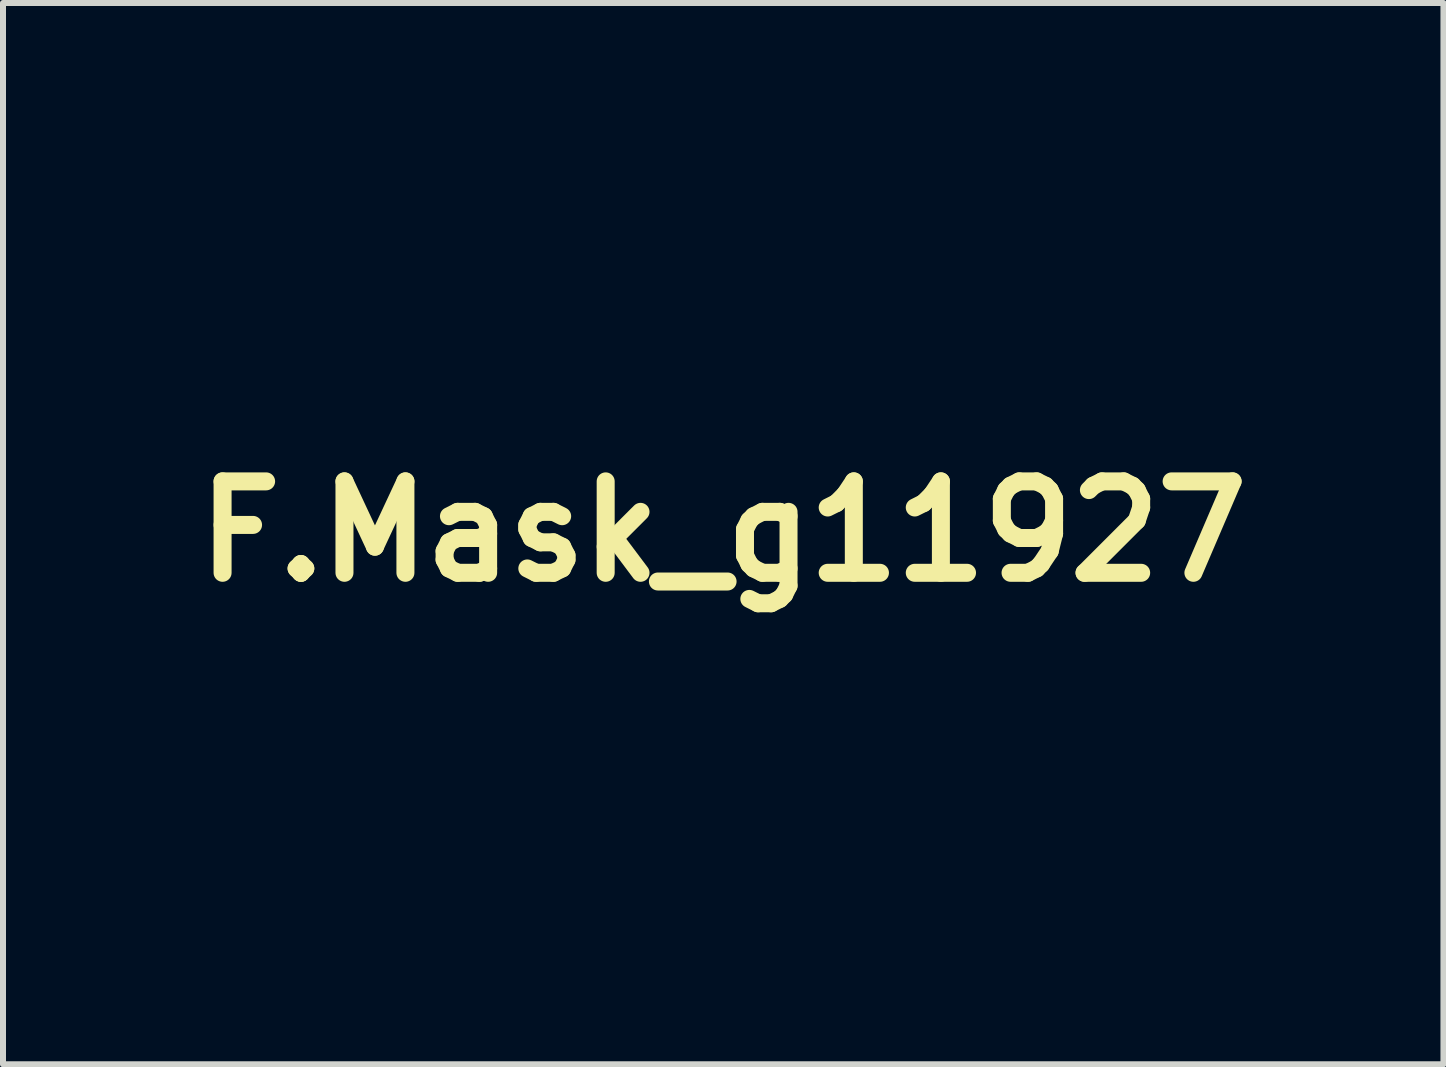
<source format=kicad_pcb>
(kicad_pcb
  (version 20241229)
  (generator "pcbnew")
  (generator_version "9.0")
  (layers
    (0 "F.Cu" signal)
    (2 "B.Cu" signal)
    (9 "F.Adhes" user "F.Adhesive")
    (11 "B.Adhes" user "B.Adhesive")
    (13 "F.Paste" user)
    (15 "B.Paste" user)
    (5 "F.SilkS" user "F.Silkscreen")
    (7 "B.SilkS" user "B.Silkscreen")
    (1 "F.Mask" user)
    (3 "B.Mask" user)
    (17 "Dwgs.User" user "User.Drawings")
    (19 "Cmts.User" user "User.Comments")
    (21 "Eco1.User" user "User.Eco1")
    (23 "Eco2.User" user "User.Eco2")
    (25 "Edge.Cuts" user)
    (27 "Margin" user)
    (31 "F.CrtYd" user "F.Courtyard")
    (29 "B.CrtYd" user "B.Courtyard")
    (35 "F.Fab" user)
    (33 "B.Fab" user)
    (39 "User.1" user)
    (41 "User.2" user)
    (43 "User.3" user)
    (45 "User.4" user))
  (footprint "F.Mask_g11927"
    (layer "F.Cu")
    (at 9.006 5.809)
    (property "Reference" "F.Mask_g11927" (at 0 0 0) (layer "F.SilkS") (effects (font (size 1.524 1.524) (thickness 0.3))))
    (attr through_hole)
    (fp_poly (pts (xy -0.809 1.679) (xy -0.806 1.682) (xy -0.789 1.697) (xy -0.792 1.708) (xy -0.806 1.72) (xy -0.833 1.737) (xy -0.847 1.733) (xy -0.851 1.708) (xy -0.851 1.702) (xy -0.847 1.672) (xy -0.835 1.665) (xy -0.809 1.679)) (stroke (width 0.01) (type solid)) (fill yes) (layer "F.Mask"))
    (fp_poly (pts (xy -4.215 3.154) (xy -4.119 3.178) (xy -4.029 3.222) (xy -3.958 3.276) (xy -3.913 3.331) (xy -3.872 3.406) (xy -3.838 3.495) (xy -3.812 3.595) (xy -3.807 3.62) (xy -3.801 3.666) (xy -3.799 3.705) (xy -3.804 3.745) (xy -3.815 3.797) (xy -3.82 3.815) (xy -3.847 3.904) (xy -3.883 3.972) (xy -3.931 4.024) (xy -3.995 4.065) (xy -4.056 4.09) (xy -4.124 4.106) (xy -4.206 4.113) (xy -4.29 4.112) (xy -4.367 4.101) (xy -4.381 4.097) (xy -4.485 4.057) (xy -4.572 3.999) (xy -4.641 3.924) (xy -4.682 3.854) (xy -4.712 3.76) (xy -4.719 3.685) (xy -4.33 3.685) (xy -4.327 3.733) (xy -4.326 3.738) (xy -4.307 3.777) (xy -4.278 3.802) (xy -4.244 3.811) (xy -4.213 3.799) (xy -4.203 3.79) (xy -4.193 3.764) (xy -4.188 3.721) (xy -4.186 3.667) (xy -4.189 3.61) (xy -4.196 3.558) (xy -4.207 3.517) (xy -4.208 3.514) (xy -4.229 3.479) (xy -4.251 3.47) (xy -4.275 3.486) (xy -4.297 3.521) (xy -4.313 3.568) (xy -4.325 3.627) (xy -4.33 3.685) (xy -4.719 3.685) (xy -4.721 3.657) (xy -4.712 3.552) (xy -4.684 3.448) (xy -4.639 3.353) (xy -4.579 3.271) (xy -4.564 3.257) (xy -4.49 3.201) (xy -4.404 3.166) (xy -4.311 3.15) (xy -4.215 3.154)) (stroke (width 0.01) (type solid)) (fill yes) (layer "F.Mask"))
    (fp_poly (pts (xy 0.908 3.161) (xy 0.958 3.176) (xy 1.044 3.214) (xy 1.109 3.26) (xy 1.16 3.316) (xy 1.194 3.373) (xy 1.24 3.481) (xy 1.269 3.586) (xy 1.28 3.683) (xy 1.279 3.725) (xy 1.262 3.831) (xy 1.231 3.918) (xy 1.184 3.988) (xy 1.12 4.044) (xy 1.069 4.073) (xy 1.03 4.09) (xy 0.992 4.101) (xy 0.948 4.107) (xy 0.889 4.11) (xy 0.877 4.111) (xy 0.818 4.111) (xy 0.762 4.108) (xy 0.72 4.104) (xy 0.708 4.102) (xy 0.628 4.072) (xy 0.55 4.025) (xy 0.481 3.966) (xy 0.426 3.901) (xy 0.4 3.853) (xy 0.369 3.748) (xy 0.364 3.666) (xy 0.756 3.666) (xy 0.76 3.732) (xy 0.775 3.777) (xy 0.801 3.802) (xy 0.839 3.81) (xy 0.839 3.81) (xy 0.864 3.806) (xy 0.88 3.788) (xy 0.89 3.763) (xy 0.898 3.719) (xy 0.899 3.66) (xy 0.895 3.598) (xy 0.885 3.542) (xy 0.874 3.509) (xy 0.852 3.479) (xy 0.829 3.472) (xy 0.807 3.485) (xy 0.786 3.516) (xy 0.77 3.561) (xy 0.759 3.619) (xy 0.756 3.666) (xy 0.364 3.666) (xy 0.362 3.637) (xy 0.379 3.522) (xy 0.419 3.407) (xy 0.422 3.4) (xy 0.467 3.323) (xy 0.526 3.255) (xy 0.592 3.201) (xy 0.656 3.17) (xy 0.734 3.153) (xy 0.822 3.151) (xy 0.908 3.161)) (stroke (width 0.01) (type solid)) (fill yes) (layer "F.Mask"))
    (fp_poly (pts (xy -2.982 4.627) (xy -2.904 4.642) (xy -2.806 4.675) (xy -2.716 4.721) (xy -2.637 4.776) (xy -2.575 4.837) (xy -2.54 4.89) (xy -2.497 4.986) (xy -2.461 5.086) (xy -2.435 5.186) (xy -2.42 5.278) (xy -2.417 5.357) (xy -2.419 5.375) (xy -2.432 5.451) (xy -2.452 5.529) (xy -2.478 5.602) (xy -2.507 5.661) (xy -2.528 5.693) (xy -2.604 5.765) (xy -2.697 5.819) (xy -2.804 5.854) (xy -2.926 5.87) (xy -3.056 5.866) (xy -3.183 5.843) (xy -3.294 5.8) (xy -3.39 5.739) (xy -3.47 5.663) (xy -3.532 5.573) (xy -3.575 5.472) (xy -3.599 5.361) (xy -3.601 5.276) (xy -3.096 5.276) (xy -3.096 5.348) (xy -3.084 5.408) (xy -3.081 5.416) (xy -3.055 5.457) (xy -3.021 5.481) (xy -2.985 5.486) (xy -2.952 5.47) (xy -2.939 5.455) (xy -2.922 5.413) (xy -2.913 5.354) (xy -2.911 5.285) (xy -2.917 5.213) (xy -2.928 5.145) (xy -2.947 5.088) (xy -2.949 5.082) (xy -2.973 5.053) (xy -3.002 5.045) (xy -3.03 5.06) (xy -3.039 5.071) (xy -3.067 5.129) (xy -3.086 5.2) (xy -3.096 5.276) (xy -3.601 5.276) (xy -3.602 5.242) (xy -3.584 5.117) (xy -3.543 4.988) (xy -3.524 4.944) (xy -3.465 4.843) (xy -3.389 4.759) (xy -3.3 4.694) (xy -3.201 4.649) (xy -3.094 4.627) (xy -2.982 4.627)) (stroke (width 0.01) (type solid)) (fill yes) (layer "F.Mask"))
    (fp_poly (pts (xy -0.446 4.637) (xy -0.328 4.673) (xy -0.212 4.735) (xy -0.195 4.745) (xy -0.139 4.79) (xy -0.092 4.844) (xy -0.051 4.913) (xy -0.014 5.001) (xy 0.006 5.058) (xy 0.04 5.175) (xy 0.058 5.28) (xy 0.059 5.378) (xy 0.044 5.475) (xy 0.013 5.578) (xy 0.01 5.586) (xy -0.036 5.673) (xy -0.101 5.746) (xy -0.183 5.803) (xy -0.282 5.843) (xy -0.394 5.866) (xy -0.519 5.871) (xy -0.58 5.867) (xy -0.707 5.843) (xy -0.819 5.798) (xy -0.917 5.736) (xy -0.997 5.657) (xy -1.059 5.563) (xy -1.101 5.456) (xy -1.122 5.339) (xy -1.121 5.306) (xy -0.616 5.306) (xy -0.612 5.366) (xy -0.603 5.414) (xy -0.593 5.438) (xy -0.559 5.472) (xy -0.52 5.485) (xy -0.482 5.476) (xy -0.462 5.46) (xy -0.451 5.444) (xy -0.444 5.422) (xy -0.44 5.39) (xy -0.438 5.34) (xy -0.438 5.298) (xy -0.442 5.207) (xy -0.452 5.136) (xy -0.468 5.083) (xy -0.488 5.052) (xy -0.512 5.041) (xy -0.539 5.054) (xy -0.568 5.09) (xy -0.592 5.138) (xy -0.606 5.184) (xy -0.614 5.243) (xy -0.616 5.306) (xy -1.121 5.306) (xy -1.12 5.212) (xy -1.117 5.186) (xy -1.089 5.056) (xy -1.044 4.939) (xy -0.984 4.839) (xy -0.91 4.756) (xy -0.823 4.693) (xy -0.79 4.677) (xy -0.678 4.638) (xy -0.562 4.625) (xy -0.446 4.637)) (stroke (width 0.01) (type solid)) (fill yes) (layer "F.Mask"))
    (fp_poly (pts (xy 3.942 3.139) (xy 4.015 3.161) (xy 4.079 3.193) (xy 4.133 3.232) (xy 4.174 3.277) (xy 4.199 3.326) (xy 4.206 3.378) (xy 4.192 3.431) (xy 4.16 3.477) (xy 4.134 3.504) (xy 4.11 3.518) (xy 4.08 3.523) (xy 4.042 3.524) (xy 3.979 3.517) (xy 3.925 3.496) (xy 3.886 3.465) (xy 3.867 3.431) (xy 3.856 3.411) (xy 3.844 3.407) (xy 3.834 3.423) (xy 3.825 3.461) (xy 3.818 3.52) (xy 3.813 3.596) (xy 3.811 3.671) (xy 3.813 3.738) (xy 3.82 3.782) (xy 3.837 3.805) (xy 3.864 3.808) (xy 3.906 3.791) (xy 3.964 3.757) (xy 3.974 3.751) (xy 4.028 3.719) (xy 4.068 3.7) (xy 4.101 3.694) (xy 4.113 3.693) (xy 4.168 3.706) (xy 4.207 3.737) (xy 4.229 3.786) (xy 4.234 3.85) (xy 4.227 3.903) (xy 4.201 3.968) (xy 4.154 4.024) (xy 4.091 4.067) (xy 4.056 4.082) (xy 3.991 4.099) (xy 3.914 4.109) (xy 3.834 4.111) (xy 3.76 4.106) (xy 3.702 4.093) (xy 3.701 4.092) (xy 3.615 4.049) (xy 3.54 3.987) (xy 3.5 3.938) (xy 3.454 3.855) (xy 3.428 3.762) (xy 3.42 3.656) (xy 3.428 3.55) (xy 3.447 3.447) (xy 3.473 3.363) (xy 3.51 3.293) (xy 3.551 3.239) (xy 3.588 3.202) (xy 3.622 3.177) (xy 3.665 3.159) (xy 3.698 3.148) (xy 3.781 3.131) (xy 3.863 3.129) (xy 3.942 3.139)) (stroke (width 0.01) (type solid)) (fill yes) (layer "F.Mask"))
    (fp_poly (pts (xy -3.284 3.139) (xy -3.216 3.143) (xy -3.166 3.148) (xy -3.125 3.157) (xy -3.087 3.171) (xy -3.064 3.181) (xy -2.983 3.229) (xy -2.92 3.288) (xy -2.877 3.355) (xy -2.852 3.427) (xy -2.846 3.501) (xy -2.859 3.573) (xy -2.89 3.641) (xy -2.94 3.699) (xy -3.008 3.746) (xy -3.072 3.772) (xy -3.127 3.788) (xy -3.183 3.801) (xy -3.221 3.808) (xy -3.283 3.817) (xy -3.279 3.903) (xy -3.28 3.977) (xy -3.293 4.03) (xy -3.318 4.067) (xy -3.344 4.085) (xy -3.396 4.102) (xy -3.46 4.11) (xy -3.525 4.108) (xy -3.575 4.097) (xy -3.612 4.078) (xy -3.642 4.055) (xy -3.646 4.05) (xy -3.668 4.007) (xy -3.685 3.945) (xy -3.697 3.861) (xy -3.705 3.754) (xy -3.708 3.624) (xy -3.708 3.59) (xy -3.707 3.48) (xy -3.707 3.461) (xy -3.327 3.461) (xy -3.327 3.505) (xy -3.325 3.545) (xy -3.321 3.573) (xy -3.317 3.581) (xy -3.302 3.573) (xy -3.277 3.552) (xy -3.26 3.537) (xy -3.222 3.494) (xy -3.206 3.459) (xy -3.21 3.426) (xy -3.218 3.411) (xy -3.241 3.389) (xy -3.274 3.374) (xy -3.305 3.37) (xy -3.318 3.374) (xy -3.323 3.388) (xy -3.326 3.42) (xy -3.327 3.461) (xy -3.707 3.461) (xy -3.704 3.392) (xy -3.697 3.323) (xy -3.687 3.271) (xy -3.673 3.233) (xy -3.654 3.205) (xy -3.638 3.189) (xy -3.598 3.169) (xy -3.537 3.154) (xy -3.459 3.143) (xy -3.368 3.138) (xy -3.284 3.139)) (stroke (width 0.01) (type solid)) (fill yes) (layer "F.Mask"))
    (fp_poly (pts (xy 2.183 3.152) (xy 2.216 3.17) (xy 2.253 3.202) (xy 2.265 3.214) (xy 2.327 3.276) (xy 2.321 3.457) (xy 2.315 3.557) (xy 2.307 3.639) (xy 2.293 3.713) (xy 2.272 3.787) (xy 2.242 3.868) (xy 2.239 3.876) (xy 2.196 3.966) (xy 2.141 4.034) (xy 2.075 4.081) (xy 1.993 4.11) (xy 1.902 4.121) (xy 1.848 4.122) (xy 1.798 4.122) (xy 1.764 4.12) (xy 1.759 4.119) (xy 1.698 4.106) (xy 1.632 4.083) (xy 1.573 4.058) (xy 1.549 4.044) (xy 1.492 4.001) (xy 1.45 3.948) (xy 1.421 3.892) (xy 1.402 3.831) (xy 1.39 3.751) (xy 1.385 3.66) (xy 1.388 3.563) (xy 1.396 3.468) (xy 1.411 3.38) (xy 1.432 3.306) (xy 1.444 3.279) (xy 1.48 3.232) (xy 1.532 3.196) (xy 1.595 3.175) (xy 1.639 3.17) (xy 1.694 3.178) (xy 1.744 3.199) (xy 1.781 3.229) (xy 1.799 3.261) (xy 1.8 3.285) (xy 1.796 3.33) (xy 1.789 3.389) (xy 1.778 3.457) (xy 1.773 3.486) (xy 1.759 3.566) (xy 1.75 3.626) (xy 1.747 3.668) (xy 1.748 3.697) (xy 1.751 3.711) (xy 1.776 3.748) (xy 1.811 3.765) (xy 1.85 3.763) (xy 1.887 3.74) (xy 1.906 3.716) (xy 1.919 3.688) (xy 1.927 3.652) (xy 1.93 3.601) (xy 1.93 3.567) (xy 1.933 3.499) (xy 1.939 3.426) (xy 1.949 3.354) (xy 1.961 3.289) (xy 1.974 3.237) (xy 1.988 3.205) (xy 1.988 3.204) (xy 2.029 3.164) (xy 2.083 3.144) (xy 2.145 3.143) (xy 2.183 3.152)) (stroke (width 0.01) (type solid)) (fill yes) (layer "F.Mask"))
    (fp_poly (pts (xy -2.242 3.144) (xy -2.216 3.146) (xy -2.216 3.147) (xy -2.175 3.17) (xy -2.153 3.205) (xy -2.154 3.25) (xy -2.159 3.263) (xy -2.183 3.3) (xy -2.223 3.325) (xy -2.282 3.341) (xy -2.304 3.345) (xy -2.349 3.354) (xy -2.375 3.369) (xy -2.385 3.397) (xy -2.387 3.431) (xy -2.381 3.468) (xy -2.364 3.486) (xy -2.338 3.48) (xy -2.336 3.479) (xy -2.314 3.472) (xy -2.276 3.468) (xy -2.246 3.467) (xy -2.182 3.474) (xy -2.137 3.496) (xy -2.113 3.53) (xy -2.109 3.56) (xy -2.114 3.595) (xy -2.125 3.621) (xy -2.166 3.658) (xy -2.222 3.684) (xy -2.282 3.696) (xy -2.288 3.696) (xy -2.324 3.697) (xy -2.342 3.704) (xy -2.351 3.722) (xy -2.355 3.741) (xy -2.357 3.783) (xy -2.343 3.808) (xy -2.309 3.821) (xy -2.275 3.823) (xy -2.216 3.829) (xy -2.179 3.85) (xy -2.161 3.886) (xy -2.159 3.908) (xy -2.171 3.96) (xy -2.204 4.008) (xy -2.255 4.05) (xy -2.319 4.084) (xy -2.392 4.109) (xy -2.471 4.121) (xy -2.551 4.121) (xy -2.59 4.114) (xy -2.654 4.094) (xy -2.707 4.06) (xy -2.747 4.011) (xy -2.776 3.946) (xy -2.795 3.862) (xy -2.804 3.758) (xy -2.804 3.633) (xy -2.802 3.594) (xy -2.794 3.471) (xy -2.782 3.372) (xy -2.767 3.294) (xy -2.746 3.237) (xy -2.721 3.198) (xy -2.69 3.176) (xy -2.689 3.175) (xy -2.662 3.169) (xy -2.616 3.163) (xy -2.556 3.157) (xy -2.487 3.152) (xy -2.416 3.147) (xy -2.348 3.144) (xy -2.288 3.143) (xy -2.242 3.144)) (stroke (width 0.01) (type solid)) (fill yes) (layer "F.Mask"))
    (fp_poly (pts (xy -0.053 3.128) (xy 0.031 3.145) (xy 0.106 3.176) (xy 0.168 3.223) (xy 0.205 3.271) (xy 0.219 3.298) (xy 0.221 3.318) (xy 0.21 3.345) (xy 0.205 3.354) (xy 0.178 3.389) (xy 0.141 3.419) (xy 0.137 3.422) (xy 0.104 3.437) (xy 0.075 3.439) (xy 0.041 3.431) (xy 0.003 3.415) (xy -0.019 3.39) (xy -0.024 3.378) (xy -0.044 3.349) (xy -0.071 3.339) (xy -0.1 3.346) (xy -0.121 3.369) (xy -0.127 3.398) (xy -0.121 3.421) (xy -0.102 3.445) (xy -0.067 3.473) (xy -0.014 3.508) (xy 0.025 3.531) (xy 0.112 3.584) (xy 0.176 3.633) (xy 0.222 3.681) (xy 0.25 3.731) (xy 0.264 3.786) (xy 0.267 3.83) (xy 0.257 3.903) (xy 0.225 3.964) (xy 0.171 4.015) (xy 0.162 4.022) (xy 0.056 4.079) (xy -0.055 4.112) (xy -0.167 4.121) (xy -0.265 4.109) (xy -0.357 4.083) (xy -0.426 4.05) (xy -0.474 4.01) (xy -0.503 3.962) (xy -0.513 3.924) (xy -0.515 3.871) (xy -0.502 3.837) (xy -0.471 3.82) (xy -0.423 3.82) (xy -0.357 3.838) (xy -0.352 3.84) (xy -0.285 3.859) (xy -0.232 3.863) (xy -0.197 3.853) (xy -0.181 3.828) (xy -0.18 3.826) (xy -0.182 3.81) (xy -0.195 3.794) (xy -0.223 3.776) (xy -0.266 3.753) (xy -0.362 3.696) (xy -0.434 3.634) (xy -0.483 3.565) (xy -0.491 3.55) (xy -0.516 3.471) (xy -0.515 3.396) (xy -0.49 3.325) (xy -0.441 3.259) (xy -0.399 3.222) (xy -0.32 3.174) (xy -0.233 3.143) (xy -0.143 3.128) (xy -0.053 3.128)) (stroke (width 0.01) (type solid)) (fill yes) (layer "F.Mask"))
    (fp_poly (pts (xy 4.863 3.144) (xy 4.912 3.148) (xy 4.946 3.156) (xy 4.964 3.167) (xy 4.984 3.196) (xy 4.991 3.222) (xy 4.981 3.27) (xy 4.951 3.306) (xy 4.899 3.331) (xy 4.83 3.346) (xy 4.787 3.355) (xy 4.763 3.372) (xy 4.752 3.402) (xy 4.75 3.444) (xy 4.757 3.474) (xy 4.78 3.485) (xy 4.807 3.479) (xy 4.851 3.47) (xy 4.905 3.469) (xy 4.957 3.476) (xy 4.992 3.489) (xy 5.019 3.51) (xy 5.029 3.539) (xy 5.029 3.556) (xy 5.024 3.595) (xy 5.011 3.627) (xy 5.011 3.628) (xy 4.975 3.66) (xy 4.922 3.684) (xy 4.862 3.695) (xy 4.848 3.696) (xy 4.813 3.697) (xy 4.795 3.704) (xy 4.787 3.724) (xy 4.784 3.743) (xy 4.782 3.784) (xy 4.795 3.808) (xy 4.827 3.82) (xy 4.866 3.823) (xy 4.92 3.83) (xy 4.961 3.852) (xy 4.984 3.883) (xy 4.985 3.922) (xy 4.957 3.984) (xy 4.908 4.037) (xy 4.841 4.079) (xy 4.758 4.108) (xy 4.674 4.121) (xy 4.633 4.124) (xy 4.602 4.123) (xy 4.591 4.122) (xy 4.571 4.117) (xy 4.538 4.11) (xy 4.53 4.109) (xy 4.474 4.088) (xy 4.423 4.047) (xy 4.383 3.994) (xy 4.363 3.948) (xy 4.348 3.878) (xy 4.338 3.79) (xy 4.334 3.692) (xy 4.336 3.589) (xy 4.343 3.499) (xy 4.354 3.407) (xy 4.364 3.336) (xy 4.376 3.283) (xy 4.389 3.245) (xy 4.404 3.216) (xy 4.418 3.2) (xy 4.435 3.185) (xy 4.454 3.175) (xy 4.481 3.167) (xy 4.52 3.162) (xy 4.578 3.156) (xy 4.598 3.155) (xy 4.708 3.147) (xy 4.796 3.143) (xy 4.863 3.144)) (stroke (width 0.01) (type solid)) (fill yes) (layer "F.Mask"))
    (fp_poly (pts (xy -4.111 4.612) (xy -4.035 4.629) (xy -4.022 4.634) (xy -3.926 4.683) (xy -3.847 4.747) (xy -3.805 4.798) (xy -3.773 4.862) (xy -3.764 4.927) (xy -3.775 4.988) (xy -3.805 5.042) (xy -3.851 5.084) (xy -3.911 5.111) (xy -3.968 5.118) (xy -4.037 5.109) (xy -4.102 5.085) (xy -4.156 5.049) (xy -4.193 5.004) (xy -4.196 4.999) (xy -4.213 4.971) (xy -4.226 4.96) (xy -4.238 4.97) (xy -4.247 5) (xy -4.255 5.052) (xy -4.262 5.128) (xy -4.266 5.176) (xy -4.271 5.278) (xy -4.271 5.358) (xy -4.266 5.416) (xy -4.255 5.455) (xy -4.238 5.476) (xy -4.214 5.482) (xy -4.197 5.478) (xy -4.176 5.468) (xy -4.139 5.448) (xy -4.094 5.421) (xy -4.073 5.408) (xy -4.024 5.378) (xy -3.979 5.353) (xy -3.945 5.335) (xy -3.936 5.332) (xy -3.888 5.326) (xy -3.833 5.337) (xy -3.783 5.36) (xy -3.757 5.381) (xy -3.742 5.401) (xy -3.733 5.424) (xy -3.728 5.458) (xy -3.728 5.51) (xy -3.736 5.601) (xy -3.761 5.676) (xy -3.806 5.737) (xy -3.871 5.788) (xy -3.96 5.831) (xy -3.961 5.831) (xy -4.024 5.848) (xy -4.104 5.86) (xy -4.191 5.865) (xy -4.277 5.864) (xy -4.355 5.856) (xy -4.409 5.844) (xy -4.508 5.798) (xy -4.595 5.732) (xy -4.668 5.648) (xy -4.723 5.55) (xy -4.76 5.441) (xy -4.763 5.425) (xy -4.772 5.347) (xy -4.772 5.254) (xy -4.764 5.151) (xy -4.748 5.047) (xy -4.744 5.029) (xy -4.709 4.91) (xy -4.658 4.809) (xy -4.592 4.727) (xy -4.511 4.664) (xy -4.451 4.635) (xy -4.378 4.615) (xy -4.291 4.604) (xy -4.199 4.603) (xy -4.111 4.612)) (stroke (width 0.01) (type solid)) (fill yes) (layer "F.Mask"))
    (fp_poly (pts (xy 3.029 3.148) (xy 3.101 3.164) (xy 3.127 3.175) (xy 3.187 3.211) (xy 3.231 3.258) (xy 3.266 3.324) (xy 3.276 3.347) (xy 3.298 3.435) (xy 3.297 3.515) (xy 3.272 3.588) (xy 3.224 3.65) (xy 3.202 3.669) (xy 3.149 3.711) (xy 3.211 3.777) (xy 3.267 3.843) (xy 3.302 3.899) (xy 3.315 3.948) (xy 3.306 3.99) (xy 3.278 4.03) (xy 3.268 4.039) (xy 3.199 4.088) (xy 3.131 4.111) (xy 3.064 4.11) (xy 2.998 4.082) (xy 2.933 4.03) (xy 2.883 3.971) (xy 2.838 3.911) (xy 2.832 3.973) (xy 2.821 4.029) (xy 2.797 4.066) (xy 2.758 4.093) (xy 2.747 4.098) (xy 2.699 4.11) (xy 2.638 4.113) (xy 2.577 4.109) (xy 2.531 4.098) (xy 2.501 4.086) (xy 2.479 4.072) (xy 2.463 4.054) (xy 2.453 4.026) (xy 2.447 3.985) (xy 2.443 3.927) (xy 2.441 3.848) (xy 2.44 3.832) (xy 2.44 3.723) (xy 2.442 3.617) (xy 2.447 3.517) (xy 2.448 3.515) (xy 2.794 3.515) (xy 2.795 3.56) (xy 2.798 3.594) (xy 2.802 3.61) (xy 2.802 3.61) (xy 2.82 3.612) (xy 2.85 3.601) (xy 2.885 3.581) (xy 2.911 3.559) (xy 2.938 3.527) (xy 2.944 3.499) (xy 2.927 3.469) (xy 2.904 3.444) (xy 2.876 3.419) (xy 2.855 3.41) (xy 2.833 3.414) (xy 2.828 3.416) (xy 2.81 3.424) (xy 2.8 3.437) (xy 2.795 3.46) (xy 2.794 3.5) (xy 2.794 3.515) (xy 2.448 3.515) (xy 2.455 3.427) (xy 2.465 3.351) (xy 2.476 3.294) (xy 2.487 3.264) (xy 2.519 3.222) (xy 2.571 3.19) (xy 2.645 3.165) (xy 2.737 3.149) (xy 2.841 3.139) (xy 2.941 3.139) (xy 3.029 3.148)) (stroke (width 0.01) (type solid)) (fill yes) (layer "F.Mask"))
    (fp_poly (pts (xy 3.454 4.626) (xy 3.537 4.63) (xy 3.6 4.634) (xy 3.651 4.641) (xy 3.696 4.65) (xy 3.742 4.662) (xy 3.759 4.667) (xy 3.83 4.691) (xy 3.881 4.711) (xy 3.916 4.73) (xy 3.941 4.75) (xy 3.96 4.775) (xy 3.963 4.779) (xy 3.98 4.822) (xy 3.987 4.876) (xy 3.985 4.929) (xy 3.974 4.968) (xy 3.954 4.991) (xy 3.917 5.01) (xy 3.862 5.026) (xy 3.785 5.04) (xy 3.77 5.042) (xy 3.718 5.051) (xy 3.676 5.058) (xy 3.65 5.065) (xy 3.646 5.067) (xy 3.642 5.081) (xy 3.643 5.117) (xy 3.648 5.175) (xy 3.659 5.256) (xy 3.665 5.297) (xy 3.677 5.381) (xy 3.685 5.445) (xy 3.69 5.495) (xy 3.691 5.536) (xy 3.689 5.573) (xy 3.684 5.611) (xy 3.684 5.613) (xy 3.665 5.701) (xy 3.635 5.775) (xy 3.598 5.829) (xy 3.579 5.846) (xy 3.537 5.865) (xy 3.479 5.875) (xy 3.412 5.875) (xy 3.354 5.867) (xy 3.278 5.841) (xy 3.221 5.8) (xy 3.181 5.74) (xy 3.158 5.662) (xy 3.152 5.606) (xy 3.151 5.565) (xy 3.152 5.507) (xy 3.155 5.437) (xy 3.158 5.362) (xy 3.162 5.285) (xy 3.167 5.213) (xy 3.172 5.15) (xy 3.177 5.101) (xy 3.182 5.073) (xy 3.182 5.072) (xy 3.184 5.058) (xy 3.177 5.049) (xy 3.155 5.043) (xy 3.113 5.039) (xy 3.104 5.038) (xy 3.026 5.024) (xy 2.956 4.998) (xy 2.902 4.963) (xy 2.879 4.939) (xy 2.862 4.904) (xy 2.85 4.861) (xy 2.848 4.849) (xy 2.852 4.794) (xy 2.879 4.749) (xy 2.928 4.711) (xy 2.982 4.686) (xy 3.068 4.658) (xy 3.156 4.639) (xy 3.252 4.628) (xy 3.363 4.625) (xy 3.454 4.626)) (stroke (width 0.01) (type solid)) (fill yes) (layer "F.Mask"))
    (fp_poly (pts (xy -1.695 4.603) (xy -1.598 4.62) (xy -1.508 4.652) (xy -1.429 4.696) (xy -1.365 4.75) (xy -1.317 4.812) (xy -1.289 4.88) (xy -1.283 4.929) (xy -1.294 4.983) (xy -1.326 5.036) (xy -1.374 5.083) (xy -1.383 5.089) (xy -1.439 5.112) (xy -1.503 5.118) (xy -1.57 5.107) (xy -1.633 5.082) (xy -1.685 5.044) (xy -1.719 4.998) (xy -1.734 4.969) (xy -1.746 4.959) (xy -1.758 4.966) (xy -1.76 4.968) (xy -1.767 4.981) (xy -1.773 5.007) (xy -1.778 5.049) (xy -1.782 5.109) (xy -1.786 5.19) (xy -1.786 5.214) (xy -1.789 5.296) (xy -1.79 5.355) (xy -1.79 5.398) (xy -1.788 5.426) (xy -1.784 5.444) (xy -1.777 5.456) (xy -1.769 5.465) (xy -1.75 5.476) (xy -1.728 5.478) (xy -1.699 5.47) (xy -1.658 5.449) (xy -1.603 5.416) (xy -1.575 5.398) (xy -1.528 5.369) (xy -1.485 5.345) (xy -1.454 5.33) (xy -1.446 5.328) (xy -1.394 5.326) (xy -1.339 5.342) (xy -1.291 5.373) (xy -1.276 5.388) (xy -1.258 5.411) (xy -1.249 5.432) (xy -1.245 5.46) (xy -1.246 5.503) (xy -1.247 5.524) (xy -1.262 5.618) (xy -1.294 5.695) (xy -1.345 5.756) (xy -1.417 5.804) (xy -1.479 5.831) (xy -1.533 5.845) (xy -1.603 5.855) (xy -1.681 5.862) (xy -1.759 5.865) (xy -1.831 5.863) (xy -1.888 5.856) (xy -1.911 5.85) (xy -2.019 5.802) (xy -2.112 5.734) (xy -2.188 5.648) (xy -2.245 5.548) (xy -2.282 5.434) (xy -2.287 5.405) (xy -2.296 5.299) (xy -2.288 5.175) (xy -2.265 5.032) (xy -2.265 5.03) (xy -2.23 4.91) (xy -2.18 4.809) (xy -2.114 4.728) (xy -2.032 4.667) (xy -1.934 4.625) (xy -1.819 4.603) (xy -1.797 4.601) (xy -1.695 4.603)) (stroke (width 0.01) (type solid)) (fill yes) (layer "F.Mask"))
    (fp_poly (pts (xy 2.521 4.623) (xy 2.58 4.643) (xy 2.633 4.677) (xy 2.683 4.722) (xy 2.721 4.77) (xy 2.727 4.781) (xy 2.737 4.814) (xy 2.743 4.867) (xy 2.746 4.935) (xy 2.746 5.011) (xy 2.743 5.092) (xy 2.736 5.171) (xy 2.727 5.244) (xy 2.725 5.252) (xy 2.706 5.341) (xy 2.68 5.436) (xy 2.65 5.528) (xy 2.619 5.607) (xy 2.604 5.637) (xy 2.552 5.716) (xy 2.483 5.786) (xy 2.41 5.836) (xy 2.381 5.852) (xy 2.355 5.862) (xy 2.326 5.869) (xy 2.288 5.873) (xy 2.236 5.875) (xy 2.178 5.876) (xy 2.072 5.876) (xy 1.99 5.87) (xy 1.939 5.861) (xy 1.824 5.821) (xy 1.728 5.765) (xy 1.65 5.693) (xy 1.592 5.606) (xy 1.555 5.505) (xy 1.551 5.489) (xy 1.54 5.411) (xy 1.536 5.315) (xy 1.538 5.21) (xy 1.545 5.102) (xy 1.558 4.998) (xy 1.575 4.905) (xy 1.594 4.838) (xy 1.631 4.768) (xy 1.684 4.713) (xy 1.748 4.675) (xy 1.82 4.656) (xy 1.894 4.656) (xy 1.966 4.677) (xy 2.024 4.714) (xy 2.052 4.739) (xy 2.065 4.763) (xy 2.07 4.795) (xy 2.07 4.817) (xy 2.067 4.855) (xy 2.061 4.911) (xy 2.051 4.977) (xy 2.038 5.045) (xy 2.038 5.048) (xy 2.025 5.118) (xy 2.014 5.186) (xy 2.007 5.246) (xy 2.004 5.288) (xy 2.004 5.288) (xy 2.004 5.333) (xy 2.01 5.36) (xy 2.024 5.381) (xy 2.037 5.393) (xy 2.083 5.418) (xy 2.131 5.42) (xy 2.169 5.403) (xy 2.197 5.378) (xy 2.216 5.345) (xy 2.228 5.3) (xy 2.234 5.238) (xy 2.235 5.177) (xy 2.238 5.108) (xy 2.244 5.03) (xy 2.253 4.949) (xy 2.265 4.871) (xy 2.278 4.801) (xy 2.292 4.746) (xy 2.305 4.713) (xy 2.341 4.668) (xy 2.394 4.637) (xy 2.456 4.621) (xy 2.521 4.623)) (stroke (width 0.01) (type solid)) (fill yes) (layer "F.Mask"))
    (fp_poly (pts (xy -1.241 3.148) (xy -1.191 3.162) (xy -1.189 3.163) (xy -1.156 3.184) (xy -1.13 3.213) (xy -1.109 3.252) (xy -1.094 3.305) (xy -1.084 3.374) (xy -1.078 3.461) (xy -1.075 3.57) (xy -1.074 3.626) (xy -1.075 3.734) (xy -1.079 3.82) (xy -1.087 3.888) (xy -1.099 3.943) (xy -1.117 3.987) (xy -1.142 4.025) (xy -1.169 4.055) (xy -1.219 4.105) (xy -1.309 4.1) (xy -1.358 4.096) (xy -1.388 4.09) (xy -1.41 4.079) (xy -1.43 4.058) (xy -1.436 4.051) (xy -1.457 4.021) (xy -1.485 3.976) (xy -1.516 3.921) (xy -1.54 3.877) (xy -1.608 3.747) (xy -1.607 3.864) (xy -1.609 3.939) (xy -1.618 3.994) (xy -1.635 4.035) (xy -1.661 4.067) (xy -1.677 4.08) (xy -1.733 4.106) (xy -1.796 4.109) (xy -1.861 4.09) (xy -1.867 4.087) (xy -1.91 4.059) (xy -1.941 4.02) (xy -1.956 3.994) (xy -1.967 3.971) (xy -1.975 3.949) (xy -1.981 3.925) (xy -1.984 3.893) (xy -1.986 3.85) (xy -1.987 3.791) (xy -1.987 3.727) (xy -1.626 3.727) (xy -1.619 3.734) (xy -1.613 3.727) (xy -1.619 3.721) (xy -1.626 3.727) (xy -1.987 3.727) (xy -1.987 3.712) (xy -1.987 3.689) (xy -1.985 3.578) (xy -1.982 3.488) (xy -1.975 3.417) (xy -1.965 3.361) (xy -1.951 3.317) (xy -1.933 3.281) (xy -1.923 3.268) (xy -1.875 3.222) (xy -1.814 3.191) (xy -1.747 3.175) (xy -1.683 3.178) (xy -1.641 3.193) (xy -1.604 3.222) (xy -1.563 3.272) (xy -1.521 3.337) (xy -1.481 3.415) (xy -1.446 3.499) (xy -1.434 3.528) (xy -1.428 3.539) (xy -1.428 3.531) (xy -1.432 3.505) (xy -1.439 3.462) (xy -1.446 3.408) (xy -1.449 3.385) (xy -1.456 3.314) (xy -1.455 3.263) (xy -1.444 3.224) (xy -1.421 3.194) (xy -1.394 3.17) (xy -1.352 3.152) (xy -1.298 3.144) (xy -1.241 3.148)) (stroke (width 0.01) (type solid)) (fill yes) (layer "F.Mask"))
    (fp_poly (pts (xy 4.656 4.601) (xy 4.739 4.61) (xy 4.809 4.626) (xy 4.811 4.627) (xy 4.872 4.654) (xy 4.929 4.691) (xy 4.977 4.734) (xy 5.014 4.777) (xy 5.034 4.819) (xy 5.035 4.85) (xy 5.015 4.894) (xy 4.981 4.939) (xy 4.939 4.975) (xy 4.907 4.992) (xy 4.858 5) (xy 4.809 4.996) (xy 4.766 4.981) (xy 4.736 4.958) (xy 4.724 4.928) (xy 4.713 4.897) (xy 4.683 4.88) (xy 4.659 4.877) (xy 4.619 4.887) (xy 4.593 4.913) (xy 4.586 4.95) (xy 4.598 4.991) (xy 4.604 5) (xy 4.622 5.017) (xy 4.658 5.042) (xy 4.706 5.072) (xy 4.761 5.105) (xy 4.766 5.108) (xy 4.861 5.166) (xy 4.943 5.226) (xy 5.008 5.286) (xy 5.054 5.342) (xy 5.079 5.392) (xy 5.091 5.46) (xy 5.092 5.532) (xy 5.082 5.597) (xy 5.068 5.637) (xy 5.02 5.704) (xy 4.948 5.763) (xy 4.852 5.814) (xy 4.745 5.853) (xy 4.636 5.875) (xy 4.516 5.877) (xy 4.394 5.86) (xy 4.318 5.839) (xy 4.247 5.81) (xy 4.187 5.777) (xy 4.144 5.742) (xy 4.129 5.724) (xy 4.1 5.662) (xy 4.088 5.603) (xy 4.094 5.551) (xy 4.116 5.51) (xy 4.145 5.49) (xy 4.165 5.483) (xy 4.188 5.483) (xy 4.22 5.491) (xy 4.268 5.508) (xy 4.281 5.512) (xy 4.364 5.538) (xy 4.429 5.549) (xy 4.477 5.544) (xy 4.508 5.525) (xy 4.524 5.501) (xy 4.526 5.482) (xy 4.513 5.469) (xy 4.482 5.448) (xy 4.437 5.421) (xy 4.383 5.391) (xy 4.379 5.389) (xy 4.297 5.343) (xy 4.235 5.3) (xy 4.187 5.255) (xy 4.15 5.205) (xy 4.117 5.144) (xy 4.092 5.065) (xy 4.084 4.984) (xy 4.094 4.908) (xy 4.108 4.87) (xy 4.155 4.8) (xy 4.222 4.736) (xy 4.304 4.68) (xy 4.397 4.637) (xy 4.493 4.609) (xy 4.57 4.601) (xy 4.656 4.601)) (stroke (width 0.01) (type solid)) (fill yes) (layer "F.Mask"))
    (fp_poly (pts (xy 1.185 4.63) (xy 1.249 4.653) (xy 1.298 4.694) (xy 1.329 4.741) (xy 1.343 4.782) (xy 1.356 4.844) (xy 1.366 4.923) (xy 1.375 5.013) (xy 1.38 5.111) (xy 1.384 5.213) (xy 1.384 5.312) (xy 1.381 5.407) (xy 1.376 5.491) (xy 1.367 5.56) (xy 1.364 5.573) (xy 1.34 5.662) (xy 1.306 5.738) (xy 1.267 5.795) (xy 1.239 5.821) (xy 1.215 5.835) (xy 1.188 5.843) (xy 1.15 5.847) (xy 1.094 5.848) (xy 1.09 5.848) (xy 1.036 5.848) (xy 1.001 5.845) (xy 0.977 5.839) (xy 0.957 5.826) (xy 0.934 5.805) (xy 0.934 5.805) (xy 0.893 5.756) (xy 0.846 5.687) (xy 0.795 5.599) (xy 0.741 5.495) (xy 0.729 5.468) (xy 0.705 5.42) (xy 0.689 5.393) (xy 0.682 5.387) (xy 0.683 5.397) (xy 0.687 5.429) (xy 0.69 5.478) (xy 0.692 5.537) (xy 0.692 5.575) (xy 0.691 5.641) (xy 0.688 5.688) (xy 0.681 5.722) (xy 0.67 5.752) (xy 0.666 5.759) (xy 0.627 5.809) (xy 0.572 5.845) (xy 0.507 5.863) (xy 0.438 5.864) (xy 0.387 5.851) (xy 0.335 5.827) (xy 0.299 5.801) (xy 0.271 5.765) (xy 0.262 5.75) (xy 0.242 5.711) (xy 0.227 5.669) (xy 0.217 5.62) (xy 0.209 5.56) (xy 0.205 5.485) (xy 0.205 5.393) (xy 0.206 5.28) (xy 0.207 5.255) (xy 0.211 5.129) (xy 0.217 5.025) (xy 0.227 4.942) (xy 0.241 4.874) (xy 0.261 4.821) (xy 0.287 4.778) (xy 0.32 4.744) (xy 0.361 4.714) (xy 0.393 4.696) (xy 0.47 4.667) (xy 0.546 4.659) (xy 0.616 4.671) (xy 0.669 4.697) (xy 0.703 4.728) (xy 0.741 4.77) (xy 0.769 4.809) (xy 0.792 4.847) (xy 0.819 4.897) (xy 0.847 4.953) (xy 0.873 5.009) (xy 0.895 5.059) (xy 0.909 5.099) (xy 0.914 5.12) (xy 0.919 5.13) (xy 0.921 5.128) (xy 0.922 5.114) (xy 0.919 5.08) (xy 0.912 5.034) (xy 0.908 5.01) (xy 0.894 4.907) (xy 0.89 4.821) (xy 0.895 4.755) (xy 0.91 4.712) (xy 0.951 4.666) (xy 1.01 4.636) (xy 1.084 4.623) (xy 1.103 4.623) (xy 1.185 4.63)) (stroke (width 0.01) (type solid)) (fill yes) (layer "F.Mask"))
    (fp_poly (pts (xy 0.331 -5.804) (xy 0.453 -5.804) (xy 0.554 -5.803) (xy 0.635 -5.802) (xy 0.7 -5.801) (xy 0.749 -5.799) (xy 0.786 -5.797) (xy 0.812 -5.795) (xy 0.829 -5.791) (xy 0.839 -5.787) (xy 0.844 -5.784) (xy 0.859 -5.767) (xy 0.864 -5.762) (xy 0.866 -5.749) (xy 0.873 -5.714) (xy 0.883 -5.659) (xy 0.897 -5.586) (xy 0.914 -5.497) (xy 0.933 -5.395) (xy 0.955 -5.282) (xy 0.978 -5.161) (xy 0.984 -5.131) (xy 1.012 -4.985) (xy 1.036 -4.862) (xy 1.056 -4.761) (xy 1.073 -4.678) (xy 1.087 -4.613) (xy 1.098 -4.564) (xy 1.108 -4.528) (xy 1.116 -4.503) (xy 1.123 -4.488) (xy 1.129 -4.482) (xy 1.146 -4.473) (xy 1.184 -4.455) (xy 1.24 -4.431) (xy 1.311 -4.401) (xy 1.394 -4.366) (xy 1.488 -4.328) (xy 1.588 -4.288) (xy 1.588 -4.287) (xy 1.71 -4.239) (xy 1.81 -4.2) (xy 1.891 -4.169) (xy 1.953 -4.147) (xy 2 -4.131) (xy 2.032 -4.123) (xy 2.051 -4.121) (xy 2.056 -4.121) (xy 2.084 -4.133) (xy 2.123 -4.155) (xy 2.146 -4.171) (xy 2.2 -4.209) (xy 2.266 -4.255) (xy 2.343 -4.307) (xy 2.427 -4.364) (xy 2.517 -4.424) (xy 2.61 -4.486) (xy 2.703 -4.548) (xy 2.794 -4.607) (xy 2.881 -4.664) (xy 2.96 -4.715) (xy 3.03 -4.759) (xy 3.087 -4.795) (xy 3.13 -4.822) (xy 3.156 -4.836) (xy 3.163 -4.839) (xy 3.178 -4.83) (xy 3.21 -4.805) (xy 3.258 -4.763) (xy 3.323 -4.703) (xy 3.405 -4.626) (xy 3.503 -4.531) (xy 3.619 -4.419) (xy 3.634 -4.404) (xy 3.723 -4.317) (xy 3.806 -4.235) (xy 3.882 -4.16) (xy 3.949 -4.094) (xy 4.005 -4.037) (xy 4.048 -3.993) (xy 4.077 -3.963) (xy 4.09 -3.948) (xy 4.09 -3.948) (xy 4.096 -3.918) (xy 4.094 -3.904) (xy 4.085 -3.89) (xy 4.063 -3.856) (xy 4.029 -3.807) (xy 3.985 -3.742) (xy 3.933 -3.666) (xy 3.873 -3.579) (xy 3.807 -3.484) (xy 3.736 -3.383) (xy 3.732 -3.376) (xy 3.644 -3.251) (xy 3.571 -3.145) (xy 3.511 -3.056) (xy 3.463 -2.985) (xy 3.427 -2.929) (xy 3.401 -2.886) (xy 3.386 -2.856) (xy 3.379 -2.838) (xy 3.378 -2.834) (xy 3.383 -2.815) (xy 3.397 -2.776) (xy 3.419 -2.72) (xy 3.447 -2.65) (xy 3.48 -2.571) (xy 3.516 -2.484) (xy 3.555 -2.393) (xy 3.594 -2.301) (xy 3.633 -2.212) (xy 3.67 -2.129) (xy 3.704 -2.054) (xy 3.733 -1.991) (xy 3.756 -1.944) (xy 3.771 -1.915) (xy 3.776 -1.908) (xy 3.792 -1.902) (xy 3.832 -1.892) (xy 3.894 -1.878) (xy 3.976 -1.861) (xy 4.077 -1.841) (xy 4.194 -1.818) (xy 4.327 -1.793) (xy 4.415 -1.777) (xy 4.557 -1.751) (xy 4.677 -1.729) (xy 4.776 -1.71) (xy 4.857 -1.694) (xy 4.92 -1.681) (xy 4.968 -1.67) (xy 5.004 -1.661) (xy 5.029 -1.653) (xy 5.046 -1.646) (xy 5.055 -1.64) (xy 5.058 -1.637) (xy 5.063 -1.629) (xy 5.067 -1.618) (xy 5.071 -1.601) (xy 5.073 -1.577) (xy 5.076 -1.542) (xy 5.077 -1.495) (xy 5.078 -1.434) (xy 5.079 -1.356) (xy 5.08 -1.26) (xy 5.08 -1.143) (xy 5.08 -1.002) (xy 5.08 -0.997) (xy 5.08 -0.856) (xy 5.08 -0.738) (xy 5.079 -0.641) (xy 5.079 -0.562) (xy 5.077 -0.501) (xy 5.076 -0.453) (xy 5.074 -0.418) (xy 5.071 -0.394) (xy 5.067 -0.376) (xy 5.063 -0.365) (xy 5.058 -0.357) (xy 5.057 -0.356) (xy 5.05 -0.349) (xy 5.037 -0.342) (xy 5.018 -0.335) (xy 4.989 -0.327) (xy 4.949 -0.317) (xy 4.896 -0.305) (xy 4.827 -0.292) (xy 4.74 -0.275) (xy 4.634 -0.255) (xy 4.506 -0.232) (xy 4.429 -0.217) (xy 4.273 -0.189) (xy 4.138 -0.163) (xy 4.025 -0.141) (xy 3.935 -0.122) (xy 3.868 -0.107) (xy 3.824 -0.096) (xy 3.805 -0.089) (xy 3.805 -0.088) (xy 3.796 -0.073) (xy 3.779 -0.036) (xy 3.755 0.018) (xy 3.725 0.089) (xy 3.69 0.173) (xy 3.651 0.267) (xy 3.609 0.369) (xy 3.595 0.404) (xy 3.541 0.537) (xy 3.498 0.648) (xy 3.463 0.737) (xy 3.438 0.807) (xy 3.421 0.857) (xy 3.412 0.89) (xy 3.411 0.906) (xy 3.42 0.922) (xy 3.442 0.956) (xy 3.475 1.007) (xy 3.519 1.072) (xy 3.571 1.149) (xy 3.63 1.235) (xy 3.695 1.329) (xy 3.746 1.403) (xy 3.814 1.501) (xy 3.878 1.594) (xy 3.937 1.678) (xy 3.988 1.753) (xy 4.03 1.814) (xy 4.062 1.862) (xy 4.082 1.892) (xy 4.089 1.903) (xy 4.097 1.931) (xy 4.087 1.957) (xy 4.085 1.961) (xy 4.072 1.975) (xy 4.043 2.006) (xy 4 2.05) (xy 3.944 2.106) (xy 3.877 2.173) (xy 3.801 2.248) (xy 3.719 2.33) (xy 3.633 2.414) (xy 3.526 2.519) (xy 3.435 2.606) (xy 3.36 2.678) (xy 3.299 2.735) (xy 3.251 2.779) (xy 3.214 2.81) (xy 3.188 2.83) (xy 3.171 2.84) (xy 3.165 2.842) (xy 3.152 2.84) (xy 3.131 2.831) (xy 3.099 2.814) (xy 3.056 2.788) (xy 2.999 2.752) (xy 2.928 2.706) (xy 2.84 2.648) (xy 2.735 2.577) (xy 2.642 2.515) (xy 2.535 2.443) (xy 2.437 2.378) (xy 2.348 2.32) (xy 2.272 2.27) (xy 2.209 2.231) (xy 2.163 2.203) (xy 2.134 2.187) (xy 2.125 2.184) (xy 2.105 2.19) (xy 2.067 2.206) (xy 2.015 2.231) (xy 1.952 2.262) (xy 1.883 2.297) (xy 1.881 2.299) (xy 1.812 2.335) (xy 1.749 2.366) (xy 1.695 2.391) (xy 1.656 2.407) (xy 1.635 2.413) (xy 1.634 2.413) (xy 1.626 2.413) (xy 1.619 2.413) (xy 1.612 2.41) (xy 1.604 2.401) (xy 1.595 2.385) (xy 1.582 2.359) (xy 1.565 2.322) (xy 1.543 2.271) (xy 1.515 2.203) (xy 1.48 2.116) (xy 1.436 2.009) (xy 1.424 1.981) (xy 1.312 1.708) (xy 1.408 1.646) (xy 1.582 1.525) (xy 1.737 1.393) (xy 1.877 1.249) (xy 2.003 1.088) (xy 2.118 0.91) (xy 2.224 0.711) (xy 2.264 0.626) (xy 2.303 0.541) (xy 2.333 0.471) (xy 2.357 0.41) (xy 2.377 0.351) (xy 2.395 0.288) (xy 2.414 0.213) (xy 2.437 0.121) (xy 2.437 0.118) (xy 2.459 0.025) (xy 2.475 -0.051) (xy 2.488 -0.116) (xy 2.497 -0.177) (xy 2.503 -0.242) (xy 2.509 -0.316) (xy 2.514 -0.4) (xy 2.519 -0.491) (xy 2.522 -0.565) (xy 2.523 -0.63) (xy 2.521 -0.692) (xy 2.517 -0.759) (xy 2.51 -0.838) (xy 2.502 -0.921) (xy 2.49 -1.038) (xy 2.478 -1.134) (xy 2.466 -1.217) (xy 2.452 -1.291) (xy 2.435 -1.362) (xy 2.415 -1.435) (xy 2.39 -1.515) (xy 2.381 -1.543) (xy 2.337 -1.669) (xy 2.293 -1.777) (xy 2.244 -1.877) (xy 2.188 -1.976) (xy 2.119 -2.082) (xy 2.109 -2.096) (xy 2.058 -2.17) (xy 2.013 -2.229) (xy 1.969 -2.28) (xy 1.92 -2.33) (xy 1.86 -2.386) (xy 1.846 -2.398) (xy 1.786 -2.45) (xy 1.736 -2.491) (xy 1.689 -2.525) (xy 1.638 -2.556) (xy 1.576 -2.59) (xy 1.512 -2.622) (xy 1.438 -2.659) (xy 1.376 -2.687) (xy 1.32 -2.709) (xy 1.261 -2.729) (xy 1.193 -2.748) (xy 1.107 -2.769) (xy 1.104 -2.77) (xy 0.883 -2.824) (xy 0.565 -2.825) (xy 0.462 -2.825) (xy 0.375 -2.824) (xy 0.297 -2.821) (xy 0.224 -2.816) (xy 0.152 -2.809) (xy 0.075 -2.798) (xy -0.011 -2.784) (xy -0.11 -2.766) (xy -0.229 -2.743) (xy -0.267 -2.736) (xy -0.365 -2.715) (xy -0.452 -2.696) (xy -0.524 -2.679) (xy -0.579 -2.664) (xy -0.612 -2.652) (xy -0.621 -2.647) (xy -0.616 -2.635) (xy -0.596 -2.608) (xy -0.566 -2.568) (xy -0.527 -2.519) (xy -0.483 -2.464) (xy -0.435 -2.407) (xy -0.417 -2.386) (xy -0.356 -2.314) (xy -0.27 -2.333) (xy -0.127 -2.361) (xy -0.000351 -2.383) (xy 0.118 -2.399) (xy 0.236 -2.409) (xy 0.362 -2.415) (xy 0.502 -2.418) (xy 0.546 -2.418) (xy 0.646 -2.418) (xy 0.725 -2.418) (xy 0.788 -2.416) (xy 0.838 -2.414) (xy 0.88 -2.41) (xy 0.919 -2.405) (xy 0.958 -2.397) (xy 1.003 -2.387) (xy 1.022 -2.382) (xy 1.15 -2.346) (xy 1.254 -2.305) (xy 1.335 -2.256) (xy 1.393 -2.201) (xy 1.43 -2.138) (xy 1.447 -2.066) (xy 1.448 -2.043) (xy 1.443 -1.994) (xy 1.431 -1.945) (xy 1.427 -1.935) (xy 1.386 -1.862) (xy 1.323 -1.785) (xy 1.24 -1.707) (xy 1.138 -1.628) (xy 1.022 -1.551) (xy 0.944 -1.505) (xy 0.903 -1.484) (xy 0.847 -1.457) (xy 0.782 -1.427) (xy 0.716 -1.398) (xy 0.654 -1.371) (xy 0.605 -1.351) (xy 0.582 -1.342) (xy 0.577 -1.341) (xy 0.573 -1.341) (xy 0.57 -1.338) (xy 0.568 -1.332) (xy 0.568 -1.32) (xy 0.57 -1.301) (xy 0.575 -1.272) (xy 0.583 -1.231) (xy 0.595 -1.177) (xy 0.61 -1.108) (xy 0.629 -1.021) (xy 0.652 -0.915) (xy 0.68 -0.788) (xy 0.706 -0.671) (xy 0.731 -0.557) (xy 0.754 -0.45) (xy 0.775 -0.354) (xy 0.793 -0.27) (xy 0.808 -0.201) (xy 0.818 -0.15) (xy 0.824 -0.12) (xy 0.825 -0.112) (xy 0.824 -0.109) (xy 0.82 -0.113) (xy 0.811 -0.124) (xy 0.797 -0.145) (xy 0.778 -0.176) (xy 0.752 -0.219) (xy 0.717 -0.276) (xy 0.675 -0.349) (xy 0.622 -0.438) (xy 0.56 -0.545) (xy 0.486 -0.673) (xy 0.445 -0.743) (xy 0.388 -0.84) (xy 0.336 -0.93) (xy 0.288 -1.011) (xy 0.247 -1.081) (xy 0.215 -1.136) (xy 0.191 -1.175) (xy 0.179 -1.196) (xy 0.177 -1.198) (xy 0.159 -1.203) (xy 0.136 -1.198) (xy 0.106 -1.187) (xy 0.16 -0.946) (xy 0.177 -0.869) (xy 0.192 -0.799) (xy 0.204 -0.74) (xy 0.212 -0.697) (xy 0.215 -0.674) (xy 0.215 -0.673) (xy 0.212 -0.666) (xy 0.203 -0.668) (xy 0.186 -0.68) (xy 0.159 -0.704) (xy 0.12 -0.741) (xy 0.068 -0.794) (xy 0.001 -0.863) (xy -0.016 -0.88) (xy -0.248 -1.119) (xy -0.552 -1.105) (xy -0.651 -1.1) (xy -0.73 -1.097) (xy -0.794 -1.096) (xy -0.849 -1.096) (xy -0.9 -1.099) (xy -0.953 -1.103) (xy -1.012 -1.11) (xy -1.066 -1.117) (xy -1.147 -1.128) (xy -1.21 -1.138) (xy -1.26 -1.148) (xy -1.305 -1.161) (xy -1.35 -1.178) (xy -1.403 -1.2) (xy -1.41 -1.203) (xy -1.546 -1.261) (xy -1.598 -1.346) (xy -1.634 -1.414) (xy -1.65 -1.477) (xy -1.646 -1.539) (xy -1.623 -1.603) (xy -1.578 -1.674) (xy -1.543 -1.719) (xy -1.512 -1.758) (xy -1.496 -1.784) (xy -1.491 -1.801) (xy -1.496 -1.816) (xy -1.499 -1.821) (xy -1.519 -1.851) (xy -1.55 -1.891) (xy -1.586 -1.936) (xy -1.625 -1.983) (xy -1.663 -2.026) (xy -1.695 -2.063) (xy -1.72 -2.087) (xy -1.731 -2.095) (xy -1.751 -2.086) (xy -1.782 -2.059) (xy -1.821 -2.018) (xy -1.867 -1.967) (xy -1.915 -1.909) (xy -1.962 -1.848) (xy -1.994 -1.804) (xy -2.096 -1.635) (xy -2.175 -1.456) (xy -2.23 -1.267) (xy -2.247 -1.184) (xy -2.258 -1.118) (xy -2.265 -1.061) (xy -2.27 -1.006) (xy -2.272 -0.946) (xy -2.272 -0.874) (xy -2.27 -0.784) (xy -2.27 -0.778) (xy -2.267 -0.681) (xy -2.263 -0.603) (xy -2.257 -0.537) (xy -2.249 -0.474) (xy -2.237 -0.409) (xy -2.23 -0.375) (xy -2.194 -0.219) (xy -2.156 -0.081) (xy -2.113 0.05) (xy -2.062 0.182) (xy -2.003 0.318) (xy -1.892 0.542) (xy -1.769 0.749) (xy -1.633 0.941) (xy -1.481 1.121) (xy -1.311 1.292) (xy -1.12 1.457) (xy -0.912 1.613) (xy -0.914 1.626) (xy -0.925 1.66) (xy -0.943 1.709) (xy -0.967 1.772) (xy -0.996 1.845) (xy -1.028 1.925) (xy -1.063 2.009) (xy -1.097 2.092) (xy -1.131 2.172) (xy -1.163 2.246) (xy -1.191 2.31) (xy -1.214 2.36) (xy -1.231 2.395) (xy -1.24 2.409) (xy -1.248 2.415) (xy -1.256 2.418) (xy -1.267 2.417) (xy -1.285 2.412) (xy -1.312 2.4) (xy -1.351 2.38) (xy -1.405 2.352) (xy -1.478 2.314) (xy -1.513 2.296) (xy -1.581 2.26) (xy -1.644 2.23) (xy -1.695 2.206) (xy -1.733 2.19) (xy -1.752 2.184) (xy -1.768 2.191) (xy -1.803 2.211) (xy -1.854 2.243) (xy -1.92 2.284) (xy -1.997 2.334) (xy -2.085 2.392) (xy -2.18 2.455) (xy -2.269 2.515) (xy -2.394 2.599) (xy -2.504 2.671) (xy -2.597 2.732) (xy -2.673 2.78) (xy -2.731 2.816) (xy -2.77 2.837) (xy -2.789 2.845) (xy -2.79 2.845) (xy -2.801 2.841) (xy -2.821 2.827) (xy -2.85 2.804) (xy -2.89 2.769) (xy -2.942 2.722) (xy -3.006 2.661) (xy -3.085 2.585) (xy -3.18 2.493) (xy -3.272 2.403) (xy -3.374 2.303) (xy -3.46 2.219) (xy -3.53 2.149) (xy -3.587 2.092) (xy -3.631 2.047) (xy -3.664 2.011) (xy -3.688 1.984) (xy -3.704 1.964) (xy -3.713 1.948) (xy -3.717 1.936) (xy -3.718 1.926) (xy -3.718 1.924) (xy -3.709 1.903) (xy -3.685 1.862) (xy -3.647 1.802) (xy -3.595 1.723) (xy -3.53 1.626) (xy -3.451 1.511) (xy -3.374 1.402) (xy -3.305 1.303) (xy -3.241 1.209) (xy -3.183 1.124) (xy -3.132 1.049) (xy -3.091 0.986) (xy -3.06 0.937) (xy -3.041 0.905) (xy -3.035 0.892) (xy -3.04 0.876) (xy -3.053 0.838) (xy -3.073 0.784) (xy -3.1 0.716) (xy -3.131 0.636) (xy -3.165 0.549) (xy -3.202 0.457) (xy -3.24 0.364) (xy -3.277 0.272) (xy -3.313 0.184) (xy -3.345 0.105) (xy -3.374 0.036) (xy -3.398 -0.018) (xy -3.415 -0.056) (xy -3.423 -0.072) (xy -3.446 -0.096) (xy -3.465 -0.107) (xy -3.482 -0.111) (xy -3.522 -0.119) (xy -3.581 -0.13) (xy -3.658 -0.145) (xy -3.749 -0.162) (xy -3.852 -0.181) (xy -3.965 -0.202) (xy -4.077 -0.222) (xy -4.196 -0.244) (xy -4.308 -0.266) (xy -4.41 -0.285) (xy -4.499 -0.303) (xy -4.574 -0.318) (xy -4.631 -0.331) (xy -4.668 -0.34) (xy -4.682 -0.344) (xy -4.686 -0.36) (xy -4.689 -0.398) (xy -4.693 -0.456) (xy -4.695 -0.53) (xy -4.697 -0.618) (xy -4.699 -0.717) (xy -4.7 -0.822) (xy -4.701 -0.933) (xy -4.701 -1.045) (xy -4.7 -1.156) (xy -4.699 -1.263) (xy -4.698 -1.363) (xy -4.696 -1.452) (xy -4.694 -1.528) (xy -4.691 -1.588) (xy -4.687 -1.629) (xy -4.683 -1.648) (xy -4.682 -1.649) (xy -4.667 -1.654) (xy -4.629 -1.663) (xy -4.571 -1.675) (xy -4.496 -1.691) (xy -4.405 -1.709) (xy -4.302 -1.728) (xy -4.19 -1.75) (xy -4.07 -1.772) (xy -3.926 -1.798) (xy -3.805 -1.82) (xy -3.705 -1.839) (xy -3.624 -1.854) (xy -3.559 -1.866) (xy -3.51 -1.876) (xy -3.473 -1.884) (xy -3.446 -1.89) (xy -3.428 -1.895) (xy -3.417 -1.9) (xy -3.41 -1.904) (xy -3.405 -1.909) (xy -3.401 -1.914) (xy -3.4 -1.916) (xy -3.39 -1.932) (xy -3.373 -1.968) (xy -3.347 -2.023) (xy -3.315 -2.093) (xy -3.278 -2.176) (xy -3.237 -2.268) (xy -3.194 -2.368) (xy -3.188 -2.381) (xy -3.137 -2.497) (xy -3.097 -2.592) (xy -3.065 -2.669) (xy -3.04 -2.729) (xy -3.023 -2.774) (xy -3.012 -2.808) (xy -3.006 -2.831) (xy -3.005 -2.848) (xy -3.007 -2.857) (xy -3.016 -2.874) (xy -3.039 -2.909) (xy -3.073 -2.961) (xy -3.118 -3.026) (xy -3.171 -3.104) (xy -3.232 -3.192) (xy -3.298 -3.287) (xy -3.366 -3.385) (xy -3.451 -3.505) (xy -3.521 -3.607) (xy -3.579 -3.691) (xy -3.625 -3.759) (xy -3.656 -3.808) (xy -2.858 -3.808) (xy -2.798 -3.742) (xy -2.753 -3.693) (xy -2.695 -3.631) (xy -2.626 -3.557) (xy -2.545 -3.471) (xy -2.456 -3.376) (xy -2.359 -3.272) (xy -2.255 -3.162) (xy -2.145 -3.046) (xy -2.032 -2.926) (xy -1.916 -2.803) (xy -1.798 -2.679) (xy -1.681 -2.555) (xy -1.564 -2.432) (xy -1.451 -2.312) (xy -1.341 -2.197) (xy -1.236 -2.087) (xy -1.137 -1.983) (xy -1.047 -1.889) (xy -0.965 -1.803) (xy -0.894 -1.729) (xy -0.835 -1.668) (xy -0.788 -1.62) (xy -0.756 -1.587) (xy -0.74 -1.571) (xy -0.738 -1.57) (xy -0.71 -1.566) (xy -0.664 -1.565) (xy -0.608 -1.566) (xy -0.548 -1.568) (xy -0.491 -1.573) (xy -0.443 -1.578) (xy -0.412 -1.585) (xy -0.406 -1.587) (xy -0.361 -1.618) (xy -0.318 -1.659) (xy -0.287 -1.7) (xy -0.286 -1.702) (xy -0.284 -1.707) (xy -0.283 -1.713) (xy -0.284 -1.72) (xy -0.289 -1.73) (xy -0.298 -1.743) (xy -0.312 -1.761) (xy -0.332 -1.784) (xy -0.359 -1.813) (xy -0.394 -1.849) (xy -0.438 -1.894) (xy -0.491 -1.947) (xy -0.554 -2.011) (xy -0.63 -2.085) (xy -0.717 -2.172) (xy -0.818 -2.271) (xy -0.933 -2.384) (xy -1.063 -2.511) (xy -1.21 -2.654) (xy -1.373 -2.814) (xy -1.431 -2.871) (xy -1.575 -3.011) (xy -1.713 -3.147) (xy -1.846 -3.276) (xy -1.972 -3.399) (xy -2.089 -3.513) (xy -2.198 -3.618) (xy -2.295 -3.713) (xy -2.382 -3.796) (xy -2.455 -3.867) (xy -2.515 -3.925) (xy -2.561 -3.968) (xy -2.59 -3.996) (xy -2.603 -4.007) (xy -2.603 -4.007) (xy -2.617 -3.999) (xy -2.646 -3.979) (xy -2.686 -3.948) (xy -2.733 -3.91) (xy -2.736 -3.907) (xy -2.858 -3.808) (xy -3.656 -3.808) (xy -3.66 -3.814) (xy -3.686 -3.855) (xy -3.703 -3.886) (xy -3.712 -3.907) (xy -3.714 -3.92) (xy -3.713 -3.93) (xy -3.708 -3.943) (xy -3.697 -3.96) (xy -3.68 -3.982) (xy -3.654 -4.011) (xy -3.619 -4.048) (xy -3.573 -4.096) (xy -3.514 -4.156) (xy -3.441 -4.229) (xy -3.352 -4.316) (xy -3.268 -4.399) (xy -3.158 -4.507) (xy -3.064 -4.598) (xy -2.986 -4.673) (xy -2.922 -4.733) (xy -2.873 -4.778) (xy -2.835 -4.81) (xy -2.81 -4.83) (xy -2.794 -4.838) (xy -2.792 -4.839) (xy -2.775 -4.832) (xy -2.738 -4.811) (xy -2.684 -4.778) (xy -2.614 -4.733) (xy -2.529 -4.678) (xy -2.43 -4.613) (xy -2.321 -4.54) (xy -2.235 -4.483) (xy -2.131 -4.412) (xy -2.033 -4.347) (xy -1.942 -4.287) (xy -1.861 -4.233) (xy -1.793 -4.189) (xy -1.738 -4.154) (xy -1.701 -4.131) (xy -1.681 -4.12) (xy -1.68 -4.119) (xy -1.66 -4.122) (xy -1.62 -4.134) (xy -1.563 -4.153) (xy -1.493 -4.178) (xy -1.412 -4.209) (xy -1.324 -4.243) (xy -1.233 -4.279) (xy -1.14 -4.317) (xy -1.051 -4.354) (xy -0.967 -4.39) (xy -0.892 -4.423) (xy -0.829 -4.452) (xy -0.782 -4.475) (xy -0.753 -4.492) (xy -0.747 -4.498) (xy -0.739 -4.519) (xy -0.726 -4.564) (xy -0.71 -4.635) (xy -0.69 -4.729) (xy -0.666 -4.848) (xy -0.639 -4.99) (xy -0.609 -5.144) (xy -0.578 -5.308) (xy -0.551 -5.448) (xy -0.527 -5.564) (xy -0.508 -5.655) (xy -0.492 -5.722) (xy -0.48 -5.765) (xy -0.473 -5.782) (xy -0.467 -5.787) (xy -0.458 -5.791) (xy -0.443 -5.794) (xy -0.42 -5.797) (xy -0.387 -5.799) (xy -0.343 -5.801) (xy -0.284 -5.802) (xy -0.209 -5.803) (xy -0.116 -5.804) (xy -0.002 -5.804) (xy 0.134 -5.804) (xy 0.185 -5.804) (xy 0.331 -5.804)) (stroke (width 0.01) (type solid)) (fill yes) (layer "F.Mask")))
  (gr_rect
    (start -3 -3)
    (end 21.012 14.691)
    (stroke (width 0.1) (type default))
    (fill no)
    (layer "Edge.Cuts")))
</source>
